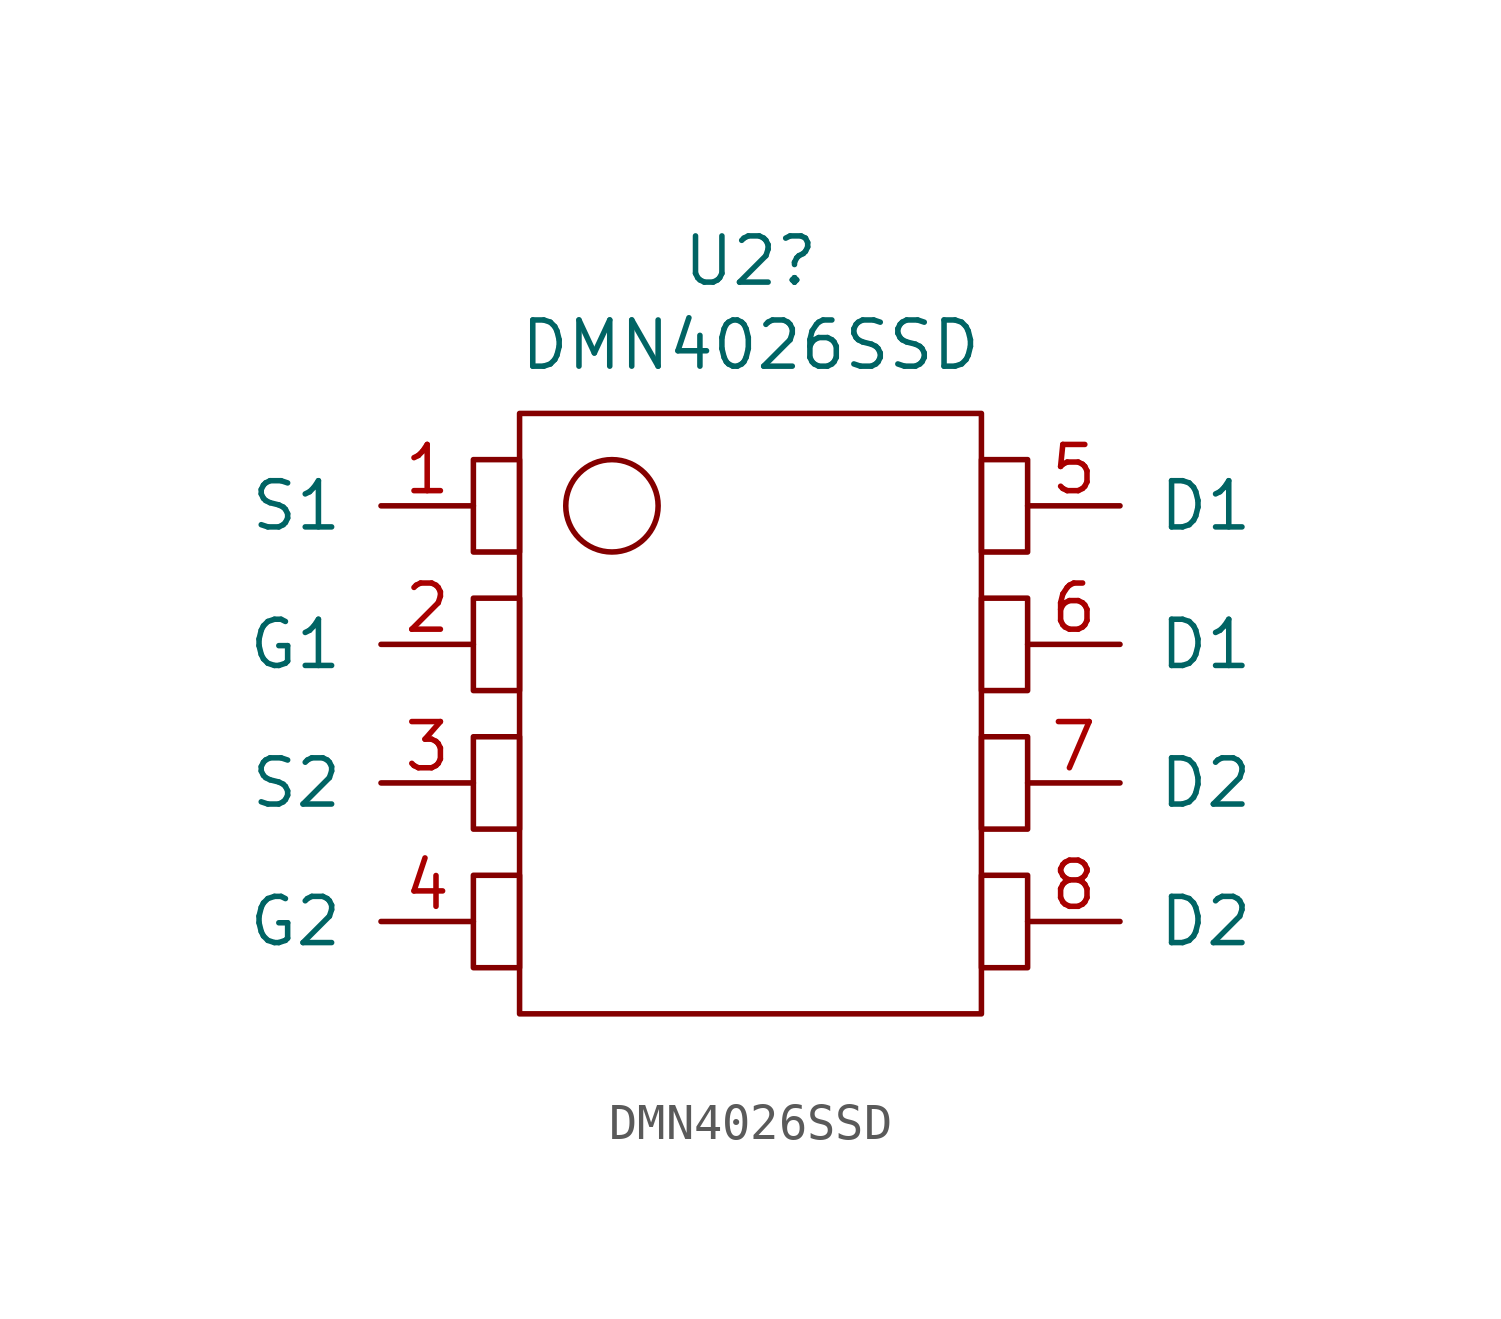
<source format=kicad_sym>
(kicad_symbol_lib
  (version 20211014)
  (generator kicad_symbol_editor)
  (symbol "DMN4026SSD"
    (pin_names
      (offset 1.016))
    (property "Reference" "U2"
      (at 1.27 16.891 0)
      (effects (font (size 1.27 1.27))))
    (property "Value" "DMN4026SSD"
      (at 1.27 14.58 0)
      (effects (font (size 1.27 1.27))))
    (symbol "DMN4026SSD_0_1"
      (rectangle (start -5.08 0) (end -6.35 -2.54) (stroke (width 0) (type default) (color 0 0 0 0)) (fill (type none)))
      (rectangle (start -5.08 3.81) (end -6.35 1.27) (stroke (width 0) (type default) (color 0 0 0 0)) (fill (type none)))
      (rectangle (start -5.08 7.62) (end -6.35 5.08) (stroke (width 0) (type default) (color 0 0 0 0)) (fill (type none)))
      (rectangle (start -5.08 11.43) (end -6.35 8.89) (stroke (width 0) (type default) (color 0 0 0 0)) (fill (type none)))
      (rectangle (start -5.08 12.7) (end 7.62 -3.81) (stroke (width 0) (type default) (color 0 0 0 0)) (fill (type none)))
      (circle (center -2.54 10.16) (radius 1.27) (stroke (width 0) (type default) (color 0 0 0 0)) (fill (type none)))
      (rectangle (start 7.62 0) (end 8.89 -2.54) (stroke (width 0) (type default) (color 0 0 0 0)) (fill (type none)))
      (rectangle (start 7.62 3.81) (end 8.89 1.27) (stroke (width 0) (type default) (color 0 0 0 0)) (fill (type none)))
      (rectangle (start 7.62 7.62) (end 8.89 5.08) (stroke (width 0) (type default) (color 0 0 0 0)) (fill (type none)))
      (rectangle (start 7.62 11.43) (end 8.89 8.89) (stroke (width 0) (type default) (color 0 0 0 0)) (fill (type none))))
    (symbol "DMN4026SSD_1_1"
      (pin input line (at -6.35 10.16 180) (length 2.54) (name "S1" (effects (font (size 1.27 1.27)))) (number "1" (effects (font (size 1.27 1.27)))))
      (pin input line (at -6.35 6.35 180) (length 2.54) (name "G1" (effects (font (size 1.27 1.27)))) (number "2" (effects (font (size 1.27 1.27)))))
      (pin input line (at -6.35 2.54 180) (length 2.54) (name "S2" (effects (font (size 1.27 1.27)))) (number "3" (effects (font (size 1.27 1.27)))))
      (pin input line (at -6.35 -1.27 180) (length 2.54) (name "G2" (effects (font (size 1.27 1.27)))) (number "4" (effects (font (size 1.27 1.27)))))
      (pin input line (at 8.89 10.16 0) (length 2.54) (name "D1" (effects (font (size 1.27 1.27)))) (number "5" (effects (font (size 1.27 1.27)))))
      (pin input line (at 8.89 6.35 0) (length 2.54) (name "D1" (effects (font (size 1.27 1.27)))) (number "6" (effects (font (size 1.27 1.27)))))
      (pin input line (at 8.89 2.54 0) (length 2.54) (name "D2" (effects (font (size 1.27 1.27)))) (number "7" (effects (font (size 1.27 1.27)))))
      (pin input line (at 8.89 -1.27 0) (length 2.54) (name "D2" (effects (font (size 1.27 1.27)))) (number "8" (effects (font (size 1.27 1.27))))))))
</source>
